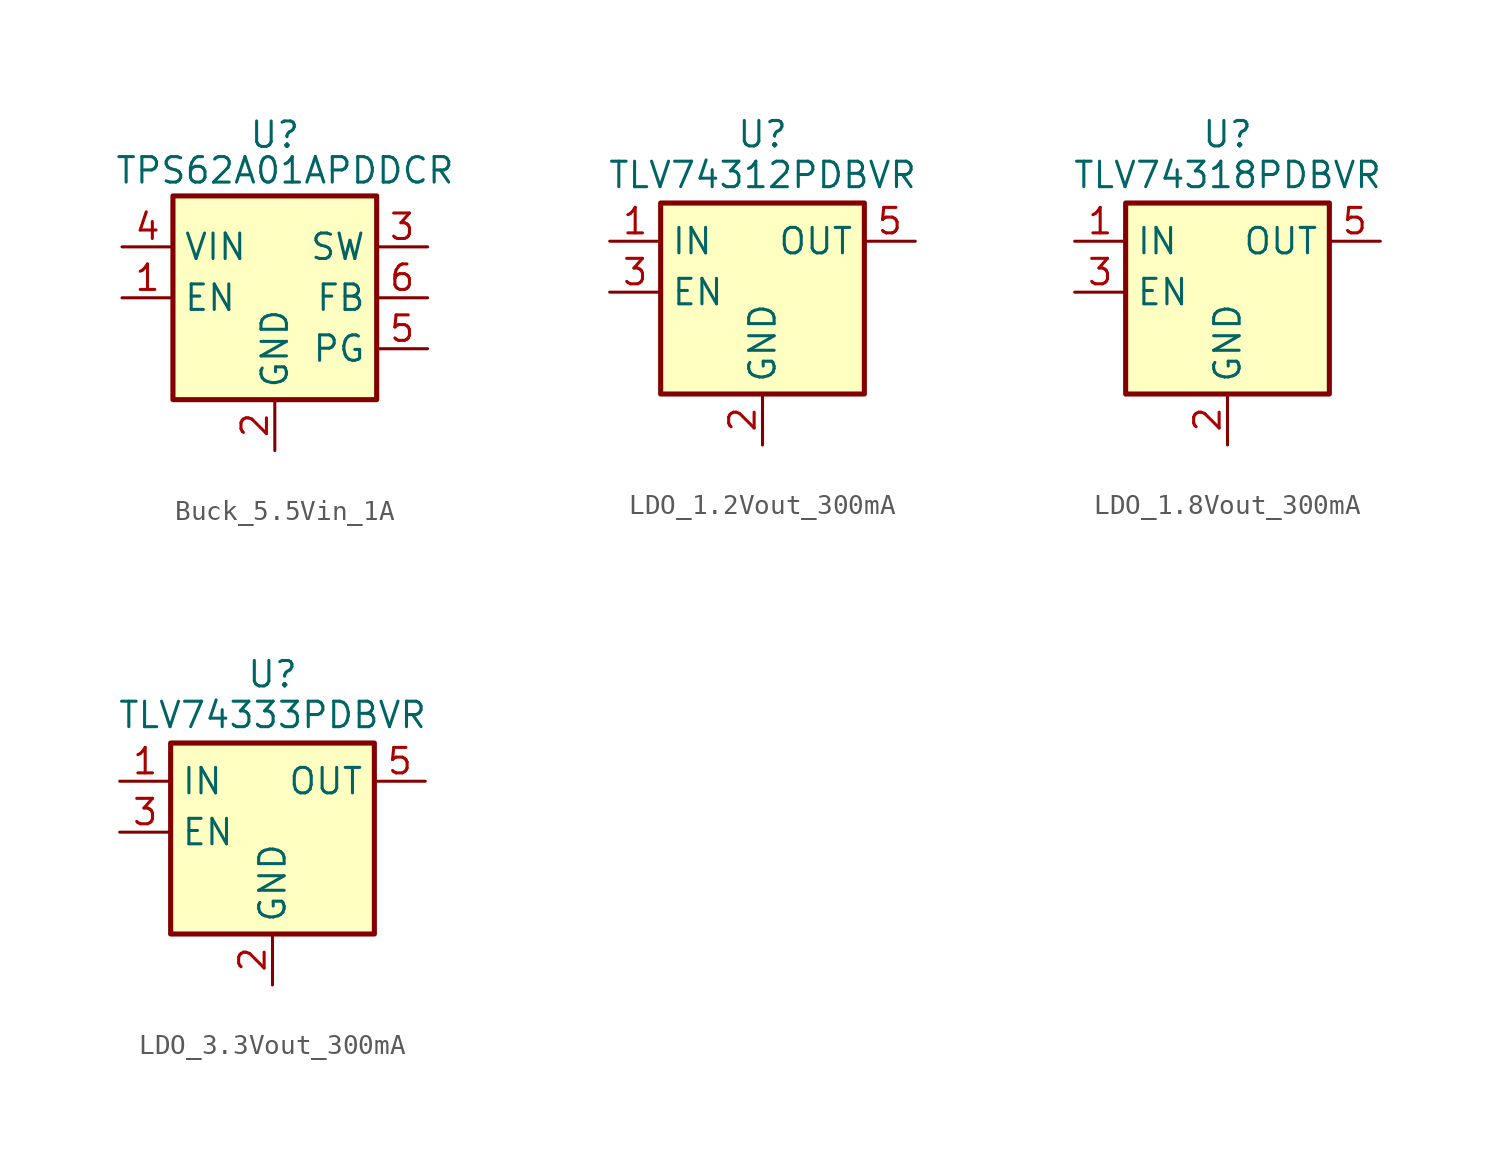
<source format=kicad_sym>
(kicad_symbol_lib
  (version 20241209)
  (generator "kicad_symbol_editor")
  (generator_version "9.0")
  (symbol "Buck_5.5Vin_1A"
    (property "Reference" "U"
      (at 0 8.128 0)
      (effects (font (size 1.27 1.27))))
    (property "Value" "TPS62A01APDDCR"
      (at 0.508 6.35 0)
      (effects (font (size 1.27 1.27))))
    (symbol "Buck_5.5Vin_1A_0_1"
      (rectangle (start -5.08 5.08) (end 5.08 -5.08) (stroke (width 0.254) (type default)) (fill (type background))))
    (symbol "Buck_5.5Vin_1A_1_1"
      (pin power_in line (at -7.62 2.54 0) (length 2.54) (name "VIN" (effects (font (size 1.27 1.27)))) (number "4" (effects (font (size 1.27 1.27)))))
      (pin input line (at -7.62 0 0) (length 2.54) (name "EN" (effects (font (size 1.27 1.27)))) (number "1" (effects (font (size 1.27 1.27)))))
      (pin power_in line (at 0 -7.62 90) (length 2.54) (name "GND" (effects (font (size 1.27 1.27)))) (number "2" (effects (font (size 1.27 1.27)))))
      (pin power_out line (at 7.62 2.54 180) (length 2.54) (name "SW" (effects (font (size 1.27 1.27)))) (number "3" (effects (font (size 1.27 1.27)))))
      (pin input line (at 7.62 0 180) (length 2.54) (name "FB" (effects (font (size 1.27 1.27)))) (number "6" (effects (font (size 1.27 1.27)))))
      (pin open_collector line (at 7.62 -2.54 180) (length 2.54) (name "PG" (effects (font (size 1.27 1.27)))) (number "5" (effects (font (size 1.27 1.27)))))))
  (symbol "LDO_1.2Vout_300mA"
    (property "Reference" "U"
      (at 0 7.874 0)
      (effects (font (size 1.27 1.27))))
    (property "Value" "TLV74312PDBVR"
      (at 0 5.842 0)
      (effects (font (size 1.27 1.27))))
    (symbol "LDO_1.2Vout_300mA_0_1"
      (rectangle (start -5.08 4.445) (end 5.08 -5.08) (stroke (width 0.254) (type default)) (fill (type background))))
    (symbol "LDO_1.2Vout_300mA_1_1"
      (pin power_in line (at -7.62 2.54 0) (length 2.54) (name "IN" (effects (font (size 1.27 1.27)))) (number "1" (effects (font (size 1.27 1.27)))))
      (pin input line (at -7.62 0 0) (length 2.54) (name "EN" (effects (font (size 1.27 1.27)))) (number "3" (effects (font (size 1.27 1.27)))))
      (pin power_in line (at 0 -7.62 90) (length 2.54) (name "GND" (effects (font (size 1.27 1.27)))) (number "2" (effects (font (size 1.27 1.27)))))
      (pin power_out line (at 7.62 2.54 180) (length 2.54) (name "OUT" (effects (font (size 1.27 1.27)))) (number "5" (effects (font (size 1.27 1.27)))))
      (pin no_connect line (at 7.62 0 180) (length 2.54) (hide yes) (name "NC" (effects (font (size 1.27 1.27)))) (number "4" (effects (font (size 1.27 1.27)))))))
  (symbol "LDO_1.8Vout_300mA"
    (property "Reference" "U"
      (at 0 7.874 0)
      (effects (font (size 1.27 1.27))))
    (property "Value" "TLV74318PDBVR"
      (at 0 5.842 0)
      (effects (font (size 1.27 1.27))))
    (symbol "LDO_1.8Vout_300mA_0_1"
      (rectangle (start -5.08 4.445) (end 5.08 -5.08) (stroke (width 0.254) (type default)) (fill (type background))))
    (symbol "LDO_1.8Vout_300mA_1_1"
      (pin power_in line (at -7.62 2.54 0) (length 2.54) (name "IN" (effects (font (size 1.27 1.27)))) (number "1" (effects (font (size 1.27 1.27)))))
      (pin input line (at -7.62 0 0) (length 2.54) (name "EN" (effects (font (size 1.27 1.27)))) (number "3" (effects (font (size 1.27 1.27)))))
      (pin power_in line (at 0 -7.62 90) (length 2.54) (name "GND" (effects (font (size 1.27 1.27)))) (number "2" (effects (font (size 1.27 1.27)))))
      (pin power_out line (at 7.62 2.54 180) (length 2.54) (name "OUT" (effects (font (size 1.27 1.27)))) (number "5" (effects (font (size 1.27 1.27)))))
      (pin no_connect line (at 7.62 0 180) (length 2.54) (hide yes) (name "NC" (effects (font (size 1.27 1.27)))) (number "4" (effects (font (size 1.27 1.27)))))))
  (symbol "LDO_3.3Vout_300mA"
    (property "Reference" "U"
      (at 0 7.874 0)
      (effects (font (size 1.27 1.27))))
    (property "Value" "TLV74333PDBVR"
      (at 0 5.842 0)
      (effects (font (size 1.27 1.27))))
    (symbol "LDO_3.3Vout_300mA_0_1"
      (rectangle (start -5.08 4.445) (end 5.08 -5.08) (stroke (width 0.254) (type default)) (fill (type background))))
    (symbol "LDO_3.3Vout_300mA_1_1"
      (pin power_in line (at -7.62 2.54 0) (length 2.54) (name "IN" (effects (font (size 1.27 1.27)))) (number "1" (effects (font (size 1.27 1.27)))))
      (pin input line (at -7.62 0 0) (length 2.54) (name "EN" (effects (font (size 1.27 1.27)))) (number "3" (effects (font (size 1.27 1.27)))))
      (pin power_in line (at 0 -7.62 90) (length 2.54) (name "GND" (effects (font (size 1.27 1.27)))) (number "2" (effects (font (size 1.27 1.27)))))
      (pin power_out line (at 7.62 2.54 180) (length 2.54) (name "OUT" (effects (font (size 1.27 1.27)))) (number "5" (effects (font (size 1.27 1.27)))))
      (pin no_connect line (at 7.62 0 180) (length 2.54) (hide yes) (name "NC" (effects (font (size 1.27 1.27)))) (number "4" (effects (font (size 1.27 1.27))))))))
</source>
